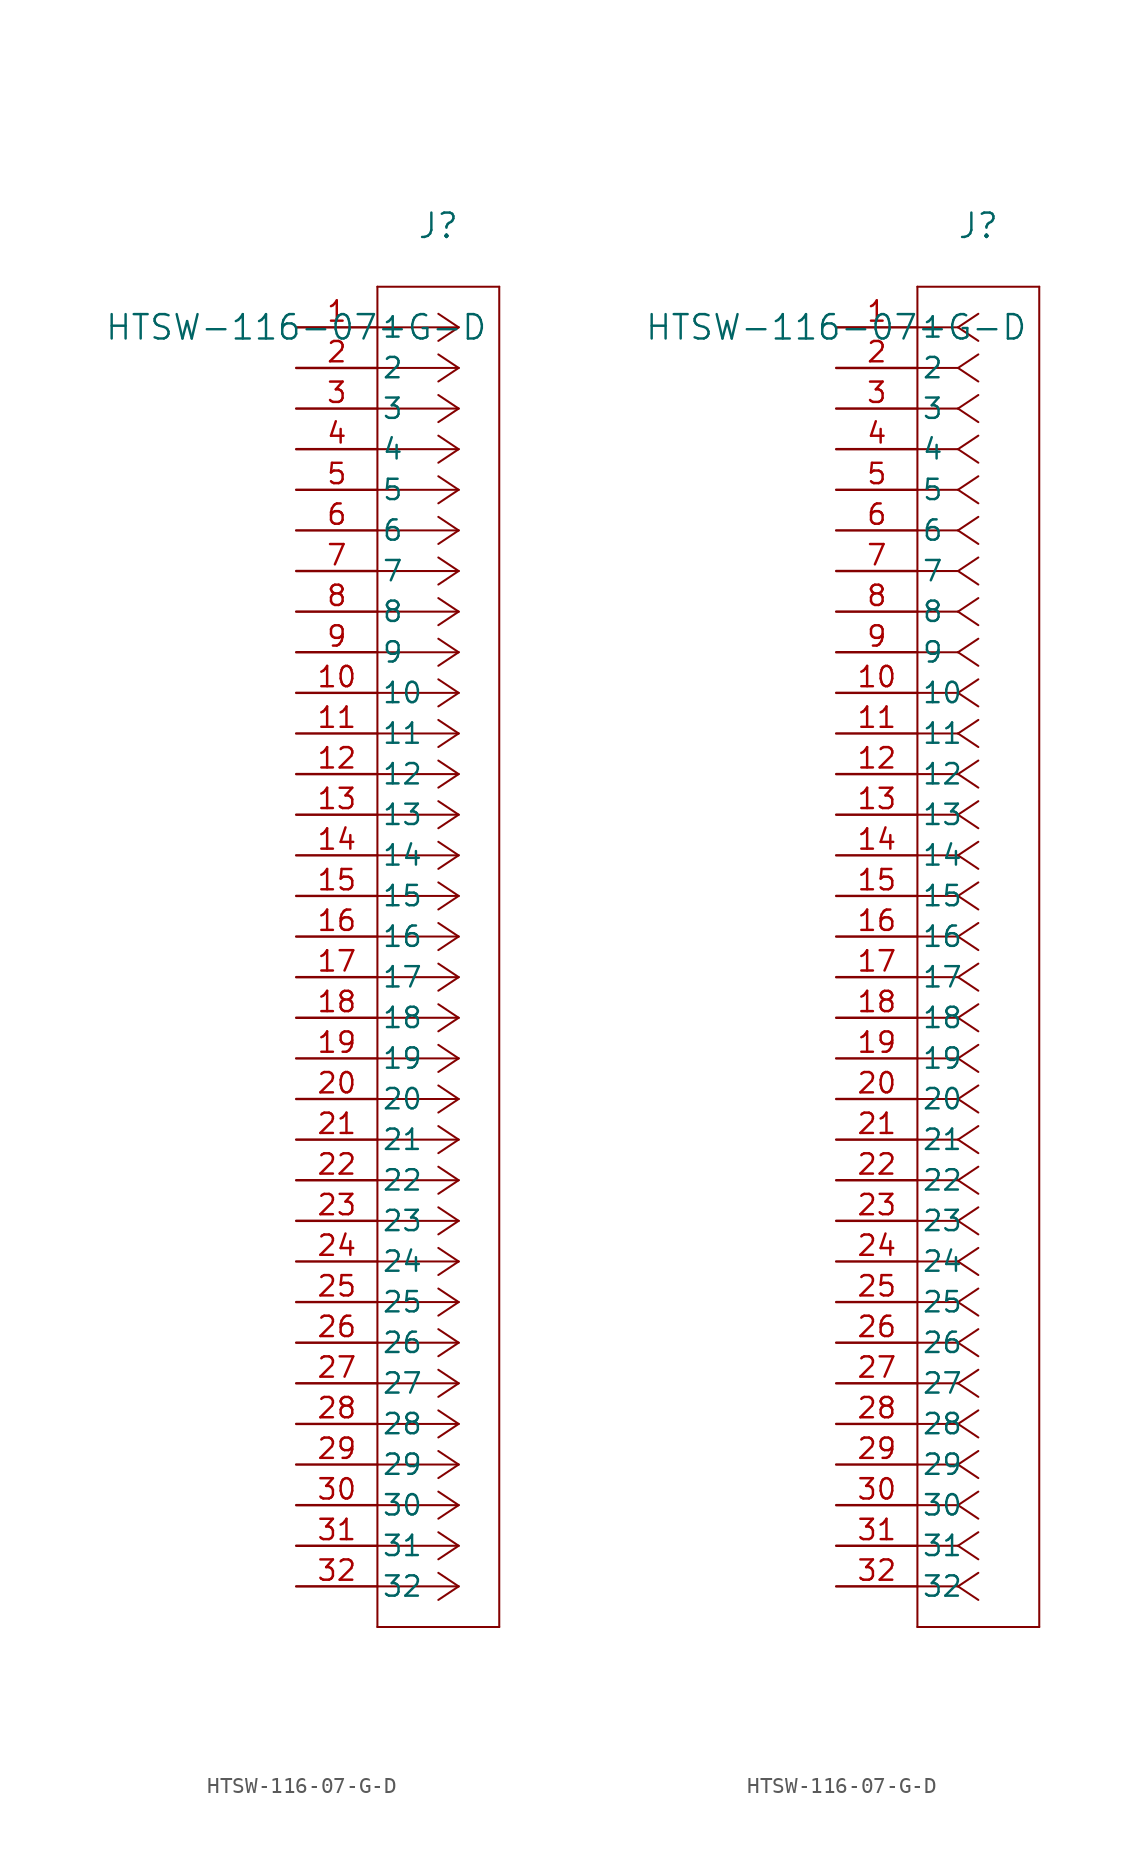
<source format=kicad_sym>
(kicad_symbol_lib
  (version 20211014)
  (generator kicad_symbol_editor)
  (symbol "HTSW-116-07-G-D"
    (pin_names
      (offset 0.254))
    (property "Reference" "J"
      (at 8.89 6.35 0)
      (effects (font (size 1.524 1.524))))
    (property "Value" "HTSW-116-07-G-D"
      (at 0 0 0)
      (effects (font (size 1.524 1.524))))
    (symbol "HTSW-116-07-G-D_1_1"
      (polyline (pts (xy 10.16 0) (xy 5.08 0)) (stroke (width 0.127) (type default) (color 0 0 0 0)) (fill (type none)))
      (polyline (pts (xy 10.16 -2.54) (xy 5.08 -2.54)) (stroke (width 0.127) (type default) (color 0 0 0 0)) (fill (type none)))
      (polyline (pts (xy 10.16 -5.08) (xy 5.08 -5.08)) (stroke (width 0.127) (type default) (color 0 0 0 0)) (fill (type none)))
      (polyline (pts (xy 10.16 -7.62) (xy 5.08 -7.62)) (stroke (width 0.127) (type default) (color 0 0 0 0)) (fill (type none)))
      (polyline (pts (xy 10.16 -10.16) (xy 5.08 -10.16)) (stroke (width 0.127) (type default) (color 0 0 0 0)) (fill (type none)))
      (polyline (pts (xy 10.16 -12.7) (xy 5.08 -12.7)) (stroke (width 0.127) (type default) (color 0 0 0 0)) (fill (type none)))
      (polyline (pts (xy 10.16 -15.24) (xy 5.08 -15.24)) (stroke (width 0.127) (type default) (color 0 0 0 0)) (fill (type none)))
      (polyline (pts (xy 10.16 -17.78) (xy 5.08 -17.78)) (stroke (width 0.127) (type default) (color 0 0 0 0)) (fill (type none)))
      (polyline (pts (xy 10.16 -20.32) (xy 5.08 -20.32)) (stroke (width 0.127) (type default) (color 0 0 0 0)) (fill (type none)))
      (polyline (pts (xy 10.16 -22.86) (xy 5.08 -22.86)) (stroke (width 0.127) (type default) (color 0 0 0 0)) (fill (type none)))
      (polyline (pts (xy 10.16 -25.4) (xy 5.08 -25.4)) (stroke (width 0.127) (type default) (color 0 0 0 0)) (fill (type none)))
      (polyline (pts (xy 10.16 -27.94) (xy 5.08 -27.94)) (stroke (width 0.127) (type default) (color 0 0 0 0)) (fill (type none)))
      (polyline (pts (xy 10.16 -30.48) (xy 5.08 -30.48)) (stroke (width 0.127) (type default) (color 0 0 0 0)) (fill (type none)))
      (polyline (pts (xy 10.16 -33.02) (xy 5.08 -33.02)) (stroke (width 0.127) (type default) (color 0 0 0 0)) (fill (type none)))
      (polyline (pts (xy 10.16 -35.56) (xy 5.08 -35.56)) (stroke (width 0.127) (type default) (color 0 0 0 0)) (fill (type none)))
      (polyline (pts (xy 10.16 -38.1) (xy 5.08 -38.1)) (stroke (width 0.127) (type default) (color 0 0 0 0)) (fill (type none)))
      (polyline (pts (xy 10.16 -40.64) (xy 5.08 -40.64)) (stroke (width 0.127) (type default) (color 0 0 0 0)) (fill (type none)))
      (polyline (pts (xy 10.16 -43.18) (xy 5.08 -43.18)) (stroke (width 0.127) (type default) (color 0 0 0 0)) (fill (type none)))
      (polyline (pts (xy 10.16 -45.72) (xy 5.08 -45.72)) (stroke (width 0.127) (type default) (color 0 0 0 0)) (fill (type none)))
      (polyline (pts (xy 10.16 -48.26) (xy 5.08 -48.26)) (stroke (width 0.127) (type default) (color 0 0 0 0)) (fill (type none)))
      (polyline (pts (xy 10.16 -50.8) (xy 5.08 -50.8)) (stroke (width 0.127) (type default) (color 0 0 0 0)) (fill (type none)))
      (polyline (pts (xy 10.16 -53.34) (xy 5.08 -53.34)) (stroke (width 0.127) (type default) (color 0 0 0 0)) (fill (type none)))
      (polyline (pts (xy 10.16 -55.88) (xy 5.08 -55.88)) (stroke (width 0.127) (type default) (color 0 0 0 0)) (fill (type none)))
      (polyline (pts (xy 10.16 -58.42) (xy 5.08 -58.42)) (stroke (width 0.127) (type default) (color 0 0 0 0)) (fill (type none)))
      (polyline (pts (xy 10.16 -60.96) (xy 5.08 -60.96)) (stroke (width 0.127) (type default) (color 0 0 0 0)) (fill (type none)))
      (polyline (pts (xy 10.16 -63.5) (xy 5.08 -63.5)) (stroke (width 0.127) (type default) (color 0 0 0 0)) (fill (type none)))
      (polyline (pts (xy 10.16 -66.04) (xy 5.08 -66.04)) (stroke (width 0.127) (type default) (color 0 0 0 0)) (fill (type none)))
      (polyline (pts (xy 10.16 -68.58) (xy 5.08 -68.58)) (stroke (width 0.127) (type default) (color 0 0 0 0)) (fill (type none)))
      (polyline (pts (xy 10.16 -71.12) (xy 5.08 -71.12)) (stroke (width 0.127) (type default) (color 0 0 0 0)) (fill (type none)))
      (polyline (pts (xy 10.16 -73.66) (xy 5.08 -73.66)) (stroke (width 0.127) (type default) (color 0 0 0 0)) (fill (type none)))
      (polyline (pts (xy 10.16 -76.2) (xy 5.08 -76.2)) (stroke (width 0.127) (type default) (color 0 0 0 0)) (fill (type none)))
      (polyline (pts (xy 10.16 -78.74) (xy 5.08 -78.74)) (stroke (width 0.127) (type default) (color 0 0 0 0)) (fill (type none)))
      (polyline (pts (xy 10.16 0) (xy 8.89 0.847)) (stroke (width 0.127) (type default) (color 0 0 0 0)) (fill (type none)))
      (polyline (pts (xy 10.16 -2.54) (xy 8.89 -1.693)) (stroke (width 0.127) (type default) (color 0 0 0 0)) (fill (type none)))
      (polyline (pts (xy 10.16 -5.08) (xy 8.89 -4.233)) (stroke (width 0.127) (type default) (color 0 0 0 0)) (fill (type none)))
      (polyline (pts (xy 10.16 -7.62) (xy 8.89 -6.773)) (stroke (width 0.127) (type default) (color 0 0 0 0)) (fill (type none)))
      (polyline (pts (xy 10.16 -10.16) (xy 8.89 -9.313)) (stroke (width 0.127) (type default) (color 0 0 0 0)) (fill (type none)))
      (polyline (pts (xy 10.16 -12.7) (xy 8.89 -11.853)) (stroke (width 0.127) (type default) (color 0 0 0 0)) (fill (type none)))
      (polyline (pts (xy 10.16 -15.24) (xy 8.89 -14.393)) (stroke (width 0.127) (type default) (color 0 0 0 0)) (fill (type none)))
      (polyline (pts (xy 10.16 -17.78) (xy 8.89 -16.933)) (stroke (width 0.127) (type default) (color 0 0 0 0)) (fill (type none)))
      (polyline (pts (xy 10.16 -20.32) (xy 8.89 -19.473)) (stroke (width 0.127) (type default) (color 0 0 0 0)) (fill (type none)))
      (polyline (pts (xy 10.16 -22.86) (xy 8.89 -22.013)) (stroke (width 0.127) (type default) (color 0 0 0 0)) (fill (type none)))
      (polyline (pts (xy 10.16 -25.4) (xy 8.89 -24.553)) (stroke (width 0.127) (type default) (color 0 0 0 0)) (fill (type none)))
      (polyline (pts (xy 10.16 -27.94) (xy 8.89 -27.093)) (stroke (width 0.127) (type default) (color 0 0 0 0)) (fill (type none)))
      (polyline (pts (xy 10.16 -30.48) (xy 8.89 -29.633)) (stroke (width 0.127) (type default) (color 0 0 0 0)) (fill (type none)))
      (polyline (pts (xy 10.16 -33.02) (xy 8.89 -32.173)) (stroke (width 0.127) (type default) (color 0 0 0 0)) (fill (type none)))
      (polyline (pts (xy 10.16 -35.56) (xy 8.89 -34.713)) (stroke (width 0.127) (type default) (color 0 0 0 0)) (fill (type none)))
      (polyline (pts (xy 10.16 -38.1) (xy 8.89 -37.253)) (stroke (width 0.127) (type default) (color 0 0 0 0)) (fill (type none)))
      (polyline (pts (xy 10.16 -40.64) (xy 8.89 -39.793)) (stroke (width 0.127) (type default) (color 0 0 0 0)) (fill (type none)))
      (polyline (pts (xy 10.16 -43.18) (xy 8.89 -42.333)) (stroke (width 0.127) (type default) (color 0 0 0 0)) (fill (type none)))
      (polyline (pts (xy 10.16 -45.72) (xy 8.89 -44.873)) (stroke (width 0.127) (type default) (color 0 0 0 0)) (fill (type none)))
      (polyline (pts (xy 10.16 -48.26) (xy 8.89 -47.413)) (stroke (width 0.127) (type default) (color 0 0 0 0)) (fill (type none)))
      (polyline (pts (xy 10.16 -50.8) (xy 8.89 -49.953)) (stroke (width 0.127) (type default) (color 0 0 0 0)) (fill (type none)))
      (polyline (pts (xy 10.16 -53.34) (xy 8.89 -52.493)) (stroke (width 0.127) (type default) (color 0 0 0 0)) (fill (type none)))
      (polyline (pts (xy 10.16 -55.88) (xy 8.89 -55.033)) (stroke (width 0.127) (type default) (color 0 0 0 0)) (fill (type none)))
      (polyline (pts (xy 10.16 -58.42) (xy 8.89 -57.573)) (stroke (width 0.127) (type default) (color 0 0 0 0)) (fill (type none)))
      (polyline (pts (xy 10.16 -60.96) (xy 8.89 -60.113)) (stroke (width 0.127) (type default) (color 0 0 0 0)) (fill (type none)))
      (polyline (pts (xy 10.16 -63.5) (xy 8.89 -62.653)) (stroke (width 0.127) (type default) (color 0 0 0 0)) (fill (type none)))
      (polyline (pts (xy 10.16 -66.04) (xy 8.89 -65.193)) (stroke (width 0.127) (type default) (color 0 0 0 0)) (fill (type none)))
      (polyline (pts (xy 10.16 -68.58) (xy 8.89 -67.733)) (stroke (width 0.127) (type default) (color 0 0 0 0)) (fill (type none)))
      (polyline (pts (xy 10.16 -71.12) (xy 8.89 -70.273)) (stroke (width 0.127) (type default) (color 0 0 0 0)) (fill (type none)))
      (polyline (pts (xy 10.16 -73.66) (xy 8.89 -72.813)) (stroke (width 0.127) (type default) (color 0 0 0 0)) (fill (type none)))
      (polyline (pts (xy 10.16 -76.2) (xy 8.89 -75.353)) (stroke (width 0.127) (type default) (color 0 0 0 0)) (fill (type none)))
      (polyline (pts (xy 10.16 -78.74) (xy 8.89 -77.893)) (stroke (width 0.127) (type default) (color 0 0 0 0)) (fill (type none)))
      (polyline (pts (xy 10.16 0) (xy 8.89 -0.847)) (stroke (width 0.127) (type default) (color 0 0 0 0)) (fill (type none)))
      (polyline (pts (xy 10.16 -2.54) (xy 8.89 -3.387)) (stroke (width 0.127) (type default) (color 0 0 0 0)) (fill (type none)))
      (polyline (pts (xy 10.16 -5.08) (xy 8.89 -5.927)) (stroke (width 0.127) (type default) (color 0 0 0 0)) (fill (type none)))
      (polyline (pts (xy 10.16 -7.62) (xy 8.89 -8.467)) (stroke (width 0.127) (type default) (color 0 0 0 0)) (fill (type none)))
      (polyline (pts (xy 10.16 -10.16) (xy 8.89 -11.007)) (stroke (width 0.127) (type default) (color 0 0 0 0)) (fill (type none)))
      (polyline (pts (xy 10.16 -12.7) (xy 8.89 -13.547)) (stroke (width 0.127) (type default) (color 0 0 0 0)) (fill (type none)))
      (polyline (pts (xy 10.16 -15.24) (xy 8.89 -16.087)) (stroke (width 0.127) (type default) (color 0 0 0 0)) (fill (type none)))
      (polyline (pts (xy 10.16 -17.78) (xy 8.89 -18.627)) (stroke (width 0.127) (type default) (color 0 0 0 0)) (fill (type none)))
      (polyline (pts (xy 10.16 -20.32) (xy 8.89 -21.167)) (stroke (width 0.127) (type default) (color 0 0 0 0)) (fill (type none)))
      (polyline (pts (xy 10.16 -22.86) (xy 8.89 -23.707)) (stroke (width 0.127) (type default) (color 0 0 0 0)) (fill (type none)))
      (polyline (pts (xy 10.16 -25.4) (xy 8.89 -26.247)) (stroke (width 0.127) (type default) (color 0 0 0 0)) (fill (type none)))
      (polyline (pts (xy 10.16 -27.94) (xy 8.89 -28.787)) (stroke (width 0.127) (type default) (color 0 0 0 0)) (fill (type none)))
      (polyline (pts (xy 10.16 -30.48) (xy 8.89 -31.327)) (stroke (width 0.127) (type default) (color 0 0 0 0)) (fill (type none)))
      (polyline (pts (xy 10.16 -33.02) (xy 8.89 -33.867)) (stroke (width 0.127) (type default) (color 0 0 0 0)) (fill (type none)))
      (polyline (pts (xy 10.16 -35.56) (xy 8.89 -36.407)) (stroke (width 0.127) (type default) (color 0 0 0 0)) (fill (type none)))
      (polyline (pts (xy 10.16 -38.1) (xy 8.89 -38.947)) (stroke (width 0.127) (type default) (color 0 0 0 0)) (fill (type none)))
      (polyline (pts (xy 10.16 -40.64) (xy 8.89 -41.487)) (stroke (width 0.127) (type default) (color 0 0 0 0)) (fill (type none)))
      (polyline (pts (xy 10.16 -43.18) (xy 8.89 -44.027)) (stroke (width 0.127) (type default) (color 0 0 0 0)) (fill (type none)))
      (polyline (pts (xy 10.16 -45.72) (xy 8.89 -46.567)) (stroke (width 0.127) (type default) (color 0 0 0 0)) (fill (type none)))
      (polyline (pts (xy 10.16 -48.26) (xy 8.89 -49.107)) (stroke (width 0.127) (type default) (color 0 0 0 0)) (fill (type none)))
      (polyline (pts (xy 10.16 -50.8) (xy 8.89 -51.647)) (stroke (width 0.127) (type default) (color 0 0 0 0)) (fill (type none)))
      (polyline (pts (xy 10.16 -53.34) (xy 8.89 -54.187)) (stroke (width 0.127) (type default) (color 0 0 0 0)) (fill (type none)))
      (polyline (pts (xy 10.16 -55.88) (xy 8.89 -56.727)) (stroke (width 0.127) (type default) (color 0 0 0 0)) (fill (type none)))
      (polyline (pts (xy 10.16 -58.42) (xy 8.89 -59.267)) (stroke (width 0.127) (type default) (color 0 0 0 0)) (fill (type none)))
      (polyline (pts (xy 10.16 -60.96) (xy 8.89 -61.807)) (stroke (width 0.127) (type default) (color 0 0 0 0)) (fill (type none)))
      (polyline (pts (xy 10.16 -63.5) (xy 8.89 -64.347)) (stroke (width 0.127) (type default) (color 0 0 0 0)) (fill (type none)))
      (polyline (pts (xy 10.16 -66.04) (xy 8.89 -66.887)) (stroke (width 0.127) (type default) (color 0 0 0 0)) (fill (type none)))
      (polyline (pts (xy 10.16 -68.58) (xy 8.89 -69.427)) (stroke (width 0.127) (type default) (color 0 0 0 0)) (fill (type none)))
      (polyline (pts (xy 10.16 -71.12) (xy 8.89 -71.967)) (stroke (width 0.127) (type default) (color 0 0 0 0)) (fill (type none)))
      (polyline (pts (xy 10.16 -73.66) (xy 8.89 -74.507)) (stroke (width 0.127) (type default) (color 0 0 0 0)) (fill (type none)))
      (polyline (pts (xy 10.16 -76.2) (xy 8.89 -77.047)) (stroke (width 0.127) (type default) (color 0 0 0 0)) (fill (type none)))
      (polyline (pts (xy 10.16 -78.74) (xy 8.89 -79.587)) (stroke (width 0.127) (type default) (color 0 0 0 0)) (fill (type none)))
      (polyline (pts (xy 5.08 2.54) (xy 5.08 -81.28)) (stroke (width 0.127) (type default) (color 0 0 0 0)) (fill (type none)))
      (polyline (pts (xy 5.08 -81.28) (xy 12.7 -81.28)) (stroke (width 0.127) (type default) (color 0 0 0 0)) (fill (type none)))
      (polyline (pts (xy 12.7 -81.28) (xy 12.7 2.54)) (stroke (width 0.127) (type default) (color 0 0 0 0)) (fill (type none)))
      (polyline (pts (xy 12.7 2.54) (xy 5.08 2.54)) (stroke (width 0.127) (type default) (color 0 0 0 0)) (fill (type none)))
      (pin unspecified line (at 0 0 0) (length 5.08) (name "1" (effects (font (size 1.27 1.27)))) (number "1" (effects (font (size 1.27 1.27)))))
      (pin unspecified line (at 0 -2.54 0) (length 5.08) (name "2" (effects (font (size 1.27 1.27)))) (number "2" (effects (font (size 1.27 1.27)))))
      (pin unspecified line (at 0 -5.08 0) (length 5.08) (name "3" (effects (font (size 1.27 1.27)))) (number "3" (effects (font (size 1.27 1.27)))))
      (pin unspecified line (at 0 -7.62 0) (length 5.08) (name "4" (effects (font (size 1.27 1.27)))) (number "4" (effects (font (size 1.27 1.27)))))
      (pin unspecified line (at 0 -10.16 0) (length 5.08) (name "5" (effects (font (size 1.27 1.27)))) (number "5" (effects (font (size 1.27 1.27)))))
      (pin unspecified line (at 0 -12.7 0) (length 5.08) (name "6" (effects (font (size 1.27 1.27)))) (number "6" (effects (font (size 1.27 1.27)))))
      (pin unspecified line (at 0 -15.24 0) (length 5.08) (name "7" (effects (font (size 1.27 1.27)))) (number "7" (effects (font (size 1.27 1.27)))))
      (pin unspecified line (at 0 -17.78 0) (length 5.08) (name "8" (effects (font (size 1.27 1.27)))) (number "8" (effects (font (size 1.27 1.27)))))
      (pin unspecified line (at 0 -20.32 0) (length 5.08) (name "9" (effects (font (size 1.27 1.27)))) (number "9" (effects (font (size 1.27 1.27)))))
      (pin unspecified line (at 0 -22.86 0) (length 5.08) (name "10" (effects (font (size 1.27 1.27)))) (number "10" (effects (font (size 1.27 1.27)))))
      (pin unspecified line (at 0 -25.4 0) (length 5.08) (name "11" (effects (font (size 1.27 1.27)))) (number "11" (effects (font (size 1.27 1.27)))))
      (pin unspecified line (at 0 -27.94 0) (length 5.08) (name "12" (effects (font (size 1.27 1.27)))) (number "12" (effects (font (size 1.27 1.27)))))
      (pin unspecified line (at 0 -30.48 0) (length 5.08) (name "13" (effects (font (size 1.27 1.27)))) (number "13" (effects (font (size 1.27 1.27)))))
      (pin unspecified line (at 0 -33.02 0) (length 5.08) (name "14" (effects (font (size 1.27 1.27)))) (number "14" (effects (font (size 1.27 1.27)))))
      (pin unspecified line (at 0 -35.56 0) (length 5.08) (name "15" (effects (font (size 1.27 1.27)))) (number "15" (effects (font (size 1.27 1.27)))))
      (pin unspecified line (at 0 -38.1 0) (length 5.08) (name "16" (effects (font (size 1.27 1.27)))) (number "16" (effects (font (size 1.27 1.27)))))
      (pin unspecified line (at 0 -40.64 0) (length 5.08) (name "17" (effects (font (size 1.27 1.27)))) (number "17" (effects (font (size 1.27 1.27)))))
      (pin unspecified line (at 0 -43.18 0) (length 5.08) (name "18" (effects (font (size 1.27 1.27)))) (number "18" (effects (font (size 1.27 1.27)))))
      (pin unspecified line (at 0 -45.72 0) (length 5.08) (name "19" (effects (font (size 1.27 1.27)))) (number "19" (effects (font (size 1.27 1.27)))))
      (pin unspecified line (at 0 -48.26 0) (length 5.08) (name "20" (effects (font (size 1.27 1.27)))) (number "20" (effects (font (size 1.27 1.27)))))
      (pin unspecified line (at 0 -50.8 0) (length 5.08) (name "21" (effects (font (size 1.27 1.27)))) (number "21" (effects (font (size 1.27 1.27)))))
      (pin unspecified line (at 0 -53.34 0) (length 5.08) (name "22" (effects (font (size 1.27 1.27)))) (number "22" (effects (font (size 1.27 1.27)))))
      (pin unspecified line (at 0 -55.88 0) (length 5.08) (name "23" (effects (font (size 1.27 1.27)))) (number "23" (effects (font (size 1.27 1.27)))))
      (pin unspecified line (at 0 -58.42 0) (length 5.08) (name "24" (effects (font (size 1.27 1.27)))) (number "24" (effects (font (size 1.27 1.27)))))
      (pin unspecified line (at 0 -60.96 0) (length 5.08) (name "25" (effects (font (size 1.27 1.27)))) (number "25" (effects (font (size 1.27 1.27)))))
      (pin unspecified line (at 0 -63.5 0) (length 5.08) (name "26" (effects (font (size 1.27 1.27)))) (number "26" (effects (font (size 1.27 1.27)))))
      (pin unspecified line (at 0 -66.04 0) (length 5.08) (name "27" (effects (font (size 1.27 1.27)))) (number "27" (effects (font (size 1.27 1.27)))))
      (pin unspecified line (at 0 -68.58 0) (length 5.08) (name "28" (effects (font (size 1.27 1.27)))) (number "28" (effects (font (size 1.27 1.27)))))
      (pin unspecified line (at 0 -71.12 0) (length 5.08) (name "29" (effects (font (size 1.27 1.27)))) (number "29" (effects (font (size 1.27 1.27)))))
      (pin unspecified line (at 0 -73.66 0) (length 5.08) (name "30" (effects (font (size 1.27 1.27)))) (number "30" (effects (font (size 1.27 1.27)))))
      (pin unspecified line (at 0 -76.2 0) (length 5.08) (name "31" (effects (font (size 1.27 1.27)))) (number "31" (effects (font (size 1.27 1.27)))))
      (pin unspecified line (at 0 -78.74 0) (length 5.08) (name "32" (effects (font (size 1.27 1.27)))) (number "32" (effects (font (size 1.27 1.27))))))
    (symbol "HTSW-116-07-G-D_1_2"
      (polyline (pts (xy 7.62 0) (xy 5.08 0)) (stroke (width 0.127) (type default) (color 0 0 0 0)) (fill (type none)))
      (polyline (pts (xy 7.62 -2.54) (xy 5.08 -2.54)) (stroke (width 0.127) (type default) (color 0 0 0 0)) (fill (type none)))
      (polyline (pts (xy 7.62 -5.08) (xy 5.08 -5.08)) (stroke (width 0.127) (type default) (color 0 0 0 0)) (fill (type none)))
      (polyline (pts (xy 7.62 -7.62) (xy 5.08 -7.62)) (stroke (width 0.127) (type default) (color 0 0 0 0)) (fill (type none)))
      (polyline (pts (xy 7.62 -10.16) (xy 5.08 -10.16)) (stroke (width 0.127) (type default) (color 0 0 0 0)) (fill (type none)))
      (polyline (pts (xy 7.62 -12.7) (xy 5.08 -12.7)) (stroke (width 0.127) (type default) (color 0 0 0 0)) (fill (type none)))
      (polyline (pts (xy 7.62 -15.24) (xy 5.08 -15.24)) (stroke (width 0.127) (type default) (color 0 0 0 0)) (fill (type none)))
      (polyline (pts (xy 7.62 -17.78) (xy 5.08 -17.78)) (stroke (width 0.127) (type default) (color 0 0 0 0)) (fill (type none)))
      (polyline (pts (xy 7.62 -20.32) (xy 5.08 -20.32)) (stroke (width 0.127) (type default) (color 0 0 0 0)) (fill (type none)))
      (polyline (pts (xy 7.62 -22.86) (xy 5.08 -22.86)) (stroke (width 0.127) (type default) (color 0 0 0 0)) (fill (type none)))
      (polyline (pts (xy 7.62 -25.4) (xy 5.08 -25.4)) (stroke (width 0.127) (type default) (color 0 0 0 0)) (fill (type none)))
      (polyline (pts (xy 7.62 -27.94) (xy 5.08 -27.94)) (stroke (width 0.127) (type default) (color 0 0 0 0)) (fill (type none)))
      (polyline (pts (xy 7.62 -30.48) (xy 5.08 -30.48)) (stroke (width 0.127) (type default) (color 0 0 0 0)) (fill (type none)))
      (polyline (pts (xy 7.62 -33.02) (xy 5.08 -33.02)) (stroke (width 0.127) (type default) (color 0 0 0 0)) (fill (type none)))
      (polyline (pts (xy 7.62 -35.56) (xy 5.08 -35.56)) (stroke (width 0.127) (type default) (color 0 0 0 0)) (fill (type none)))
      (polyline (pts (xy 7.62 -38.1) (xy 5.08 -38.1)) (stroke (width 0.127) (type default) (color 0 0 0 0)) (fill (type none)))
      (polyline (pts (xy 7.62 -40.64) (xy 5.08 -40.64)) (stroke (width 0.127) (type default) (color 0 0 0 0)) (fill (type none)))
      (polyline (pts (xy 7.62 -43.18) (xy 5.08 -43.18)) (stroke (width 0.127) (type default) (color 0 0 0 0)) (fill (type none)))
      (polyline (pts (xy 7.62 -45.72) (xy 5.08 -45.72)) (stroke (width 0.127) (type default) (color 0 0 0 0)) (fill (type none)))
      (polyline (pts (xy 7.62 -48.26) (xy 5.08 -48.26)) (stroke (width 0.127) (type default) (color 0 0 0 0)) (fill (type none)))
      (polyline (pts (xy 7.62 -50.8) (xy 5.08 -50.8)) (stroke (width 0.127) (type default) (color 0 0 0 0)) (fill (type none)))
      (polyline (pts (xy 7.62 -53.34) (xy 5.08 -53.34)) (stroke (width 0.127) (type default) (color 0 0 0 0)) (fill (type none)))
      (polyline (pts (xy 7.62 -55.88) (xy 5.08 -55.88)) (stroke (width 0.127) (type default) (color 0 0 0 0)) (fill (type none)))
      (polyline (pts (xy 7.62 -58.42) (xy 5.08 -58.42)) (stroke (width 0.127) (type default) (color 0 0 0 0)) (fill (type none)))
      (polyline (pts (xy 7.62 -60.96) (xy 5.08 -60.96)) (stroke (width 0.127) (type default) (color 0 0 0 0)) (fill (type none)))
      (polyline (pts (xy 7.62 -63.5) (xy 5.08 -63.5)) (stroke (width 0.127) (type default) (color 0 0 0 0)) (fill (type none)))
      (polyline (pts (xy 7.62 -66.04) (xy 5.08 -66.04)) (stroke (width 0.127) (type default) (color 0 0 0 0)) (fill (type none)))
      (polyline (pts (xy 7.62 -68.58) (xy 5.08 -68.58)) (stroke (width 0.127) (type default) (color 0 0 0 0)) (fill (type none)))
      (polyline (pts (xy 7.62 -71.12) (xy 5.08 -71.12)) (stroke (width 0.127) (type default) (color 0 0 0 0)) (fill (type none)))
      (polyline (pts (xy 7.62 -73.66) (xy 5.08 -73.66)) (stroke (width 0.127) (type default) (color 0 0 0 0)) (fill (type none)))
      (polyline (pts (xy 7.62 -76.2) (xy 5.08 -76.2)) (stroke (width 0.127) (type default) (color 0 0 0 0)) (fill (type none)))
      (polyline (pts (xy 7.62 -78.74) (xy 5.08 -78.74)) (stroke (width 0.127) (type default) (color 0 0 0 0)) (fill (type none)))
      (polyline (pts (xy 7.62 0) (xy 8.89 0.847)) (stroke (width 0.127) (type default) (color 0 0 0 0)) (fill (type none)))
      (polyline (pts (xy 7.62 -2.54) (xy 8.89 -1.693)) (stroke (width 0.127) (type default) (color 0 0 0 0)) (fill (type none)))
      (polyline (pts (xy 7.62 -5.08) (xy 8.89 -4.233)) (stroke (width 0.127) (type default) (color 0 0 0 0)) (fill (type none)))
      (polyline (pts (xy 7.62 -7.62) (xy 8.89 -6.773)) (stroke (width 0.127) (type default) (color 0 0 0 0)) (fill (type none)))
      (polyline (pts (xy 7.62 -10.16) (xy 8.89 -9.313)) (stroke (width 0.127) (type default) (color 0 0 0 0)) (fill (type none)))
      (polyline (pts (xy 7.62 -12.7) (xy 8.89 -11.853)) (stroke (width 0.127) (type default) (color 0 0 0 0)) (fill (type none)))
      (polyline (pts (xy 7.62 -15.24) (xy 8.89 -14.393)) (stroke (width 0.127) (type default) (color 0 0 0 0)) (fill (type none)))
      (polyline (pts (xy 7.62 -17.78) (xy 8.89 -16.933)) (stroke (width 0.127) (type default) (color 0 0 0 0)) (fill (type none)))
      (polyline (pts (xy 7.62 -20.32) (xy 8.89 -19.473)) (stroke (width 0.127) (type default) (color 0 0 0 0)) (fill (type none)))
      (polyline (pts (xy 7.62 -22.86) (xy 8.89 -22.013)) (stroke (width 0.127) (type default) (color 0 0 0 0)) (fill (type none)))
      (polyline (pts (xy 7.62 -25.4) (xy 8.89 -24.553)) (stroke (width 0.127) (type default) (color 0 0 0 0)) (fill (type none)))
      (polyline (pts (xy 7.62 -27.94) (xy 8.89 -27.093)) (stroke (width 0.127) (type default) (color 0 0 0 0)) (fill (type none)))
      (polyline (pts (xy 7.62 -30.48) (xy 8.89 -29.633)) (stroke (width 0.127) (type default) (color 0 0 0 0)) (fill (type none)))
      (polyline (pts (xy 7.62 -33.02) (xy 8.89 -32.173)) (stroke (width 0.127) (type default) (color 0 0 0 0)) (fill (type none)))
      (polyline (pts (xy 7.62 -35.56) (xy 8.89 -34.713)) (stroke (width 0.127) (type default) (color 0 0 0 0)) (fill (type none)))
      (polyline (pts (xy 7.62 -38.1) (xy 8.89 -37.253)) (stroke (width 0.127) (type default) (color 0 0 0 0)) (fill (type none)))
      (polyline (pts (xy 7.62 -40.64) (xy 8.89 -39.793)) (stroke (width 0.127) (type default) (color 0 0 0 0)) (fill (type none)))
      (polyline (pts (xy 7.62 -43.18) (xy 8.89 -42.333)) (stroke (width 0.127) (type default) (color 0 0 0 0)) (fill (type none)))
      (polyline (pts (xy 7.62 -45.72) (xy 8.89 -44.873)) (stroke (width 0.127) (type default) (color 0 0 0 0)) (fill (type none)))
      (polyline (pts (xy 7.62 -48.26) (xy 8.89 -47.413)) (stroke (width 0.127) (type default) (color 0 0 0 0)) (fill (type none)))
      (polyline (pts (xy 7.62 -50.8) (xy 8.89 -49.953)) (stroke (width 0.127) (type default) (color 0 0 0 0)) (fill (type none)))
      (polyline (pts (xy 7.62 -53.34) (xy 8.89 -52.493)) (stroke (width 0.127) (type default) (color 0 0 0 0)) (fill (type none)))
      (polyline (pts (xy 7.62 -55.88) (xy 8.89 -55.033)) (stroke (width 0.127) (type default) (color 0 0 0 0)) (fill (type none)))
      (polyline (pts (xy 7.62 -58.42) (xy 8.89 -57.573)) (stroke (width 0.127) (type default) (color 0 0 0 0)) (fill (type none)))
      (polyline (pts (xy 7.62 -60.96) (xy 8.89 -60.113)) (stroke (width 0.127) (type default) (color 0 0 0 0)) (fill (type none)))
      (polyline (pts (xy 7.62 -63.5) (xy 8.89 -62.653)) (stroke (width 0.127) (type default) (color 0 0 0 0)) (fill (type none)))
      (polyline (pts (xy 7.62 -66.04) (xy 8.89 -65.193)) (stroke (width 0.127) (type default) (color 0 0 0 0)) (fill (type none)))
      (polyline (pts (xy 7.62 -68.58) (xy 8.89 -67.733)) (stroke (width 0.127) (type default) (color 0 0 0 0)) (fill (type none)))
      (polyline (pts (xy 7.62 -71.12) (xy 8.89 -70.273)) (stroke (width 0.127) (type default) (color 0 0 0 0)) (fill (type none)))
      (polyline (pts (xy 7.62 -73.66) (xy 8.89 -72.813)) (stroke (width 0.127) (type default) (color 0 0 0 0)) (fill (type none)))
      (polyline (pts (xy 7.62 -76.2) (xy 8.89 -75.353)) (stroke (width 0.127) (type default) (color 0 0 0 0)) (fill (type none)))
      (polyline (pts (xy 7.62 -78.74) (xy 8.89 -77.893)) (stroke (width 0.127) (type default) (color 0 0 0 0)) (fill (type none)))
      (polyline (pts (xy 7.62 0) (xy 8.89 -0.847)) (stroke (width 0.127) (type default) (color 0 0 0 0)) (fill (type none)))
      (polyline (pts (xy 7.62 -2.54) (xy 8.89 -3.387)) (stroke (width 0.127) (type default) (color 0 0 0 0)) (fill (type none)))
      (polyline (pts (xy 7.62 -5.08) (xy 8.89 -5.927)) (stroke (width 0.127) (type default) (color 0 0 0 0)) (fill (type none)))
      (polyline (pts (xy 7.62 -7.62) (xy 8.89 -8.467)) (stroke (width 0.127) (type default) (color 0 0 0 0)) (fill (type none)))
      (polyline (pts (xy 7.62 -10.16) (xy 8.89 -11.007)) (stroke (width 0.127) (type default) (color 0 0 0 0)) (fill (type none)))
      (polyline (pts (xy 7.62 -12.7) (xy 8.89 -13.547)) (stroke (width 0.127) (type default) (color 0 0 0 0)) (fill (type none)))
      (polyline (pts (xy 7.62 -15.24) (xy 8.89 -16.087)) (stroke (width 0.127) (type default) (color 0 0 0 0)) (fill (type none)))
      (polyline (pts (xy 7.62 -17.78) (xy 8.89 -18.627)) (stroke (width 0.127) (type default) (color 0 0 0 0)) (fill (type none)))
      (polyline (pts (xy 7.62 -20.32) (xy 8.89 -21.167)) (stroke (width 0.127) (type default) (color 0 0 0 0)) (fill (type none)))
      (polyline (pts (xy 7.62 -22.86) (xy 8.89 -23.707)) (stroke (width 0.127) (type default) (color 0 0 0 0)) (fill (type none)))
      (polyline (pts (xy 7.62 -25.4) (xy 8.89 -26.247)) (stroke (width 0.127) (type default) (color 0 0 0 0)) (fill (type none)))
      (polyline (pts (xy 7.62 -27.94) (xy 8.89 -28.787)) (stroke (width 0.127) (type default) (color 0 0 0 0)) (fill (type none)))
      (polyline (pts (xy 7.62 -30.48) (xy 8.89 -31.327)) (stroke (width 0.127) (type default) (color 0 0 0 0)) (fill (type none)))
      (polyline (pts (xy 7.62 -33.02) (xy 8.89 -33.867)) (stroke (width 0.127) (type default) (color 0 0 0 0)) (fill (type none)))
      (polyline (pts (xy 7.62 -35.56) (xy 8.89 -36.407)) (stroke (width 0.127) (type default) (color 0 0 0 0)) (fill (type none)))
      (polyline (pts (xy 7.62 -38.1) (xy 8.89 -38.947)) (stroke (width 0.127) (type default) (color 0 0 0 0)) (fill (type none)))
      (polyline (pts (xy 7.62 -40.64) (xy 8.89 -41.487)) (stroke (width 0.127) (type default) (color 0 0 0 0)) (fill (type none)))
      (polyline (pts (xy 7.62 -43.18) (xy 8.89 -44.027)) (stroke (width 0.127) (type default) (color 0 0 0 0)) (fill (type none)))
      (polyline (pts (xy 7.62 -45.72) (xy 8.89 -46.567)) (stroke (width 0.127) (type default) (color 0 0 0 0)) (fill (type none)))
      (polyline (pts (xy 7.62 -48.26) (xy 8.89 -49.107)) (stroke (width 0.127) (type default) (color 0 0 0 0)) (fill (type none)))
      (polyline (pts (xy 7.62 -50.8) (xy 8.89 -51.647)) (stroke (width 0.127) (type default) (color 0 0 0 0)) (fill (type none)))
      (polyline (pts (xy 7.62 -53.34) (xy 8.89 -54.187)) (stroke (width 0.127) (type default) (color 0 0 0 0)) (fill (type none)))
      (polyline (pts (xy 7.62 -55.88) (xy 8.89 -56.727)) (stroke (width 0.127) (type default) (color 0 0 0 0)) (fill (type none)))
      (polyline (pts (xy 7.62 -58.42) (xy 8.89 -59.267)) (stroke (width 0.127) (type default) (color 0 0 0 0)) (fill (type none)))
      (polyline (pts (xy 7.62 -60.96) (xy 8.89 -61.807)) (stroke (width 0.127) (type default) (color 0 0 0 0)) (fill (type none)))
      (polyline (pts (xy 7.62 -63.5) (xy 8.89 -64.347)) (stroke (width 0.127) (type default) (color 0 0 0 0)) (fill (type none)))
      (polyline (pts (xy 7.62 -66.04) (xy 8.89 -66.887)) (stroke (width 0.127) (type default) (color 0 0 0 0)) (fill (type none)))
      (polyline (pts (xy 7.62 -68.58) (xy 8.89 -69.427)) (stroke (width 0.127) (type default) (color 0 0 0 0)) (fill (type none)))
      (polyline (pts (xy 7.62 -71.12) (xy 8.89 -71.967)) (stroke (width 0.127) (type default) (color 0 0 0 0)) (fill (type none)))
      (polyline (pts (xy 7.62 -73.66) (xy 8.89 -74.507)) (stroke (width 0.127) (type default) (color 0 0 0 0)) (fill (type none)))
      (polyline (pts (xy 7.62 -76.2) (xy 8.89 -77.047)) (stroke (width 0.127) (type default) (color 0 0 0 0)) (fill (type none)))
      (polyline (pts (xy 7.62 -78.74) (xy 8.89 -79.587)) (stroke (width 0.127) (type default) (color 0 0 0 0)) (fill (type none)))
      (polyline (pts (xy 5.08 2.54) (xy 5.08 -81.28)) (stroke (width 0.127) (type default) (color 0 0 0 0)) (fill (type none)))
      (polyline (pts (xy 5.08 -81.28) (xy 12.7 -81.28)) (stroke (width 0.127) (type default) (color 0 0 0 0)) (fill (type none)))
      (polyline (pts (xy 12.7 -81.28) (xy 12.7 2.54)) (stroke (width 0.127) (type default) (color 0 0 0 0)) (fill (type none)))
      (polyline (pts (xy 12.7 2.54) (xy 5.08 2.54)) (stroke (width 0.127) (type default) (color 0 0 0 0)) (fill (type none)))
      (pin unspecified line (at 0 0 0) (length 5.08) (name "1" (effects (font (size 1.27 1.27)))) (number "1" (effects (font (size 1.27 1.27)))))
      (pin unspecified line (at 0 -2.54 0) (length 5.08) (name "2" (effects (font (size 1.27 1.27)))) (number "2" (effects (font (size 1.27 1.27)))))
      (pin unspecified line (at 0 -5.08 0) (length 5.08) (name "3" (effects (font (size 1.27 1.27)))) (number "3" (effects (font (size 1.27 1.27)))))
      (pin unspecified line (at 0 -7.62 0) (length 5.08) (name "4" (effects (font (size 1.27 1.27)))) (number "4" (effects (font (size 1.27 1.27)))))
      (pin unspecified line (at 0 -10.16 0) (length 5.08) (name "5" (effects (font (size 1.27 1.27)))) (number "5" (effects (font (size 1.27 1.27)))))
      (pin unspecified line (at 0 -12.7 0) (length 5.08) (name "6" (effects (font (size 1.27 1.27)))) (number "6" (effects (font (size 1.27 1.27)))))
      (pin unspecified line (at 0 -15.24 0) (length 5.08) (name "7" (effects (font (size 1.27 1.27)))) (number "7" (effects (font (size 1.27 1.27)))))
      (pin unspecified line (at 0 -17.78 0) (length 5.08) (name "8" (effects (font (size 1.27 1.27)))) (number "8" (effects (font (size 1.27 1.27)))))
      (pin unspecified line (at 0 -20.32 0) (length 5.08) (name "9" (effects (font (size 1.27 1.27)))) (number "9" (effects (font (size 1.27 1.27)))))
      (pin unspecified line (at 0 -22.86 0) (length 5.08) (name "10" (effects (font (size 1.27 1.27)))) (number "10" (effects (font (size 1.27 1.27)))))
      (pin unspecified line (at 0 -25.4 0) (length 5.08) (name "11" (effects (font (size 1.27 1.27)))) (number "11" (effects (font (size 1.27 1.27)))))
      (pin unspecified line (at 0 -27.94 0) (length 5.08) (name "12" (effects (font (size 1.27 1.27)))) (number "12" (effects (font (size 1.27 1.27)))))
      (pin unspecified line (at 0 -30.48 0) (length 5.08) (name "13" (effects (font (size 1.27 1.27)))) (number "13" (effects (font (size 1.27 1.27)))))
      (pin unspecified line (at 0 -33.02 0) (length 5.08) (name "14" (effects (font (size 1.27 1.27)))) (number "14" (effects (font (size 1.27 1.27)))))
      (pin unspecified line (at 0 -35.56 0) (length 5.08) (name "15" (effects (font (size 1.27 1.27)))) (number "15" (effects (font (size 1.27 1.27)))))
      (pin unspecified line (at 0 -38.1 0) (length 5.08) (name "16" (effects (font (size 1.27 1.27)))) (number "16" (effects (font (size 1.27 1.27)))))
      (pin unspecified line (at 0 -40.64 0) (length 5.08) (name "17" (effects (font (size 1.27 1.27)))) (number "17" (effects (font (size 1.27 1.27)))))
      (pin unspecified line (at 0 -43.18 0) (length 5.08) (name "18" (effects (font (size 1.27 1.27)))) (number "18" (effects (font (size 1.27 1.27)))))
      (pin unspecified line (at 0 -45.72 0) (length 5.08) (name "19" (effects (font (size 1.27 1.27)))) (number "19" (effects (font (size 1.27 1.27)))))
      (pin unspecified line (at 0 -48.26 0) (length 5.08) (name "20" (effects (font (size 1.27 1.27)))) (number "20" (effects (font (size 1.27 1.27)))))
      (pin unspecified line (at 0 -50.8 0) (length 5.08) (name "21" (effects (font (size 1.27 1.27)))) (number "21" (effects (font (size 1.27 1.27)))))
      (pin unspecified line (at 0 -53.34 0) (length 5.08) (name "22" (effects (font (size 1.27 1.27)))) (number "22" (effects (font (size 1.27 1.27)))))
      (pin unspecified line (at 0 -55.88 0) (length 5.08) (name "23" (effects (font (size 1.27 1.27)))) (number "23" (effects (font (size 1.27 1.27)))))
      (pin unspecified line (at 0 -58.42 0) (length 5.08) (name "24" (effects (font (size 1.27 1.27)))) (number "24" (effects (font (size 1.27 1.27)))))
      (pin unspecified line (at 0 -60.96 0) (length 5.08) (name "25" (effects (font (size 1.27 1.27)))) (number "25" (effects (font (size 1.27 1.27)))))
      (pin unspecified line (at 0 -63.5 0) (length 5.08) (name "26" (effects (font (size 1.27 1.27)))) (number "26" (effects (font (size 1.27 1.27)))))
      (pin unspecified line (at 0 -66.04 0) (length 5.08) (name "27" (effects (font (size 1.27 1.27)))) (number "27" (effects (font (size 1.27 1.27)))))
      (pin unspecified line (at 0 -68.58 0) (length 5.08) (name "28" (effects (font (size 1.27 1.27)))) (number "28" (effects (font (size 1.27 1.27)))))
      (pin unspecified line (at 0 -71.12 0) (length 5.08) (name "29" (effects (font (size 1.27 1.27)))) (number "29" (effects (font (size 1.27 1.27)))))
      (pin unspecified line (at 0 -73.66 0) (length 5.08) (name "30" (effects (font (size 1.27 1.27)))) (number "30" (effects (font (size 1.27 1.27)))))
      (pin unspecified line (at 0 -76.2 0) (length 5.08) (name "31" (effects (font (size 1.27 1.27)))) (number "31" (effects (font (size 1.27 1.27)))))
      (pin unspecified line (at 0 -78.74 0) (length 5.08) (name "32" (effects (font (size 1.27 1.27)))) (number "32" (effects (font (size 1.27 1.27))))))))
</source>
